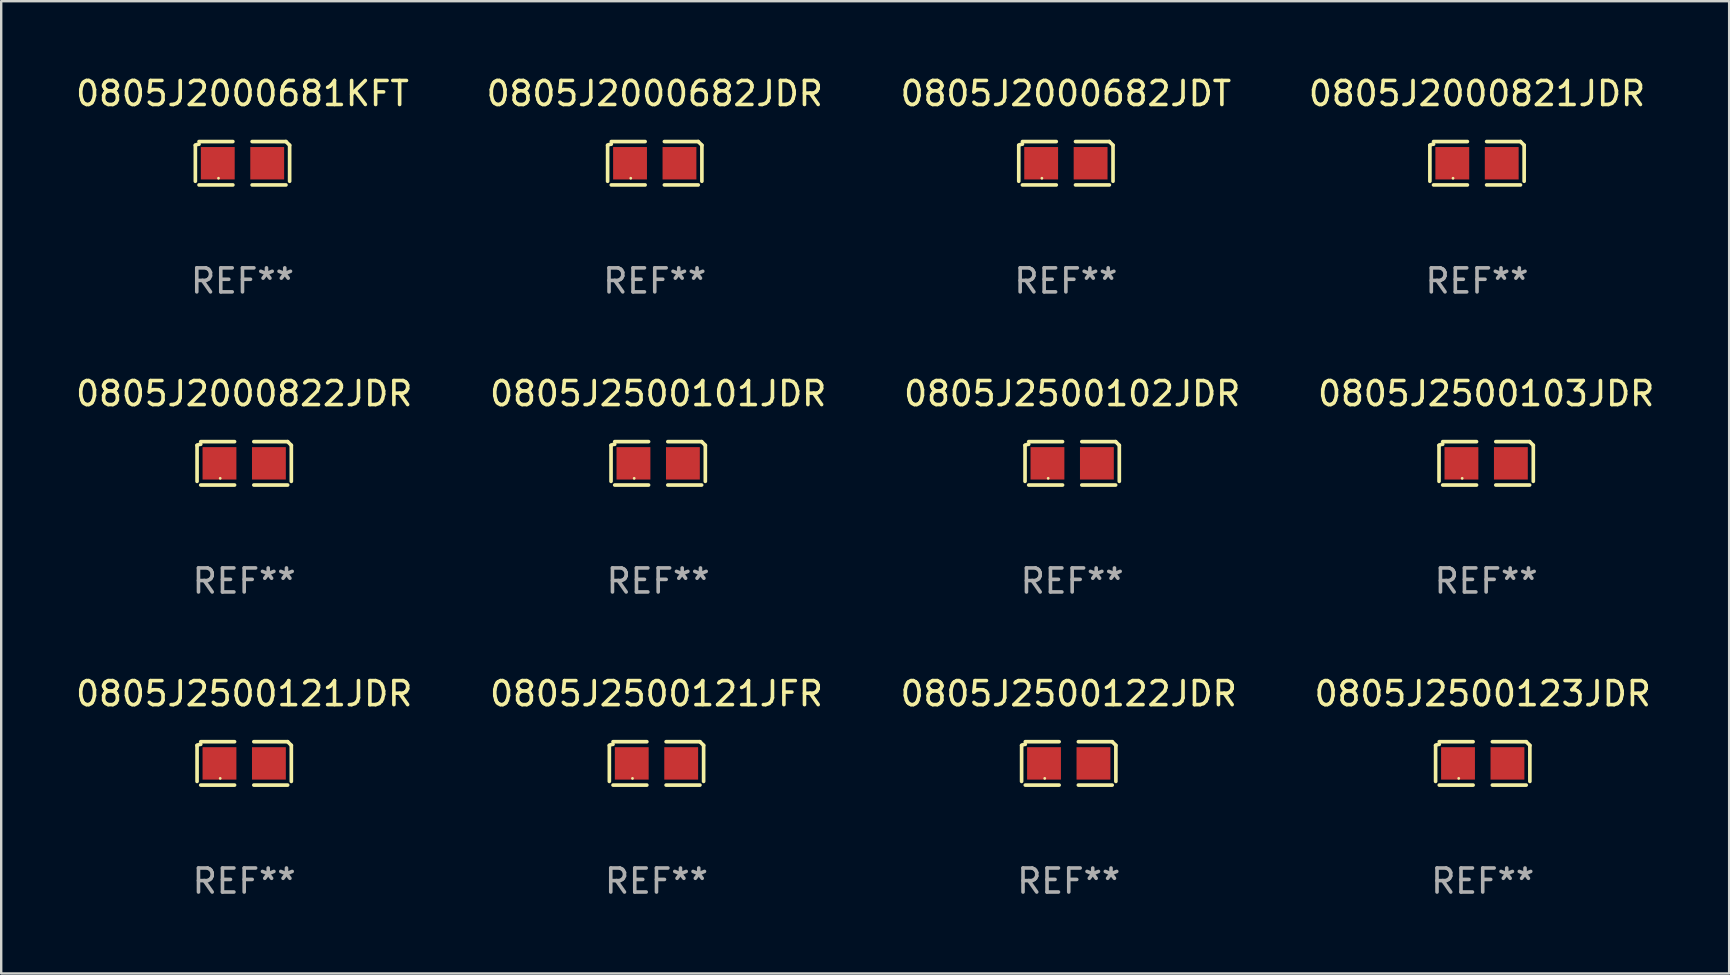
<source format=kicad_pcb>
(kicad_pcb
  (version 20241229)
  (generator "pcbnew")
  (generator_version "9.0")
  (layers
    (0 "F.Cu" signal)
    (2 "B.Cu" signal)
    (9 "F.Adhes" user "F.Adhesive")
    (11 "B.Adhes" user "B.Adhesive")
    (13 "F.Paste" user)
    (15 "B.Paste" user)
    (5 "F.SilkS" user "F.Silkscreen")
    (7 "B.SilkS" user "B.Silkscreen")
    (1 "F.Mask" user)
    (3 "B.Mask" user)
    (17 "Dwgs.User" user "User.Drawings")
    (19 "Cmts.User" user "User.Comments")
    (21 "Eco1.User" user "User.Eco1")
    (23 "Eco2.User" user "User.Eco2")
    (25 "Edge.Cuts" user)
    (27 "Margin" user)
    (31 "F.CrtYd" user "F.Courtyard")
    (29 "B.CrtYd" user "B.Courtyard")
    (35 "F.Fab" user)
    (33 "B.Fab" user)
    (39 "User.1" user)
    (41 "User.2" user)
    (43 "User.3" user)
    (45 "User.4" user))
  (footprint "0805J2500121JFR"
    (layer "F.Cu")
    (at 24.304 28.759)
    (property "Reference" "0805J2500121JFR" (at 0 -2.904 0) (layer "F.SilkS") (effects (font (size 1 1) (thickness 0.15))))
    (attr through_hole)
    (fp_line (start -1.964 0.751) (end -1.964 -0.751) (stroke (width 0.152) (type solid)) (layer "F.SilkS"))
    (fp_line (start -1.811 -0.904) (end -0.401 -0.904) (stroke (width 0.152) (type solid)) (layer "F.SilkS"))
    (fp_line (start -0.401 0.904) (end -1.811 0.904) (stroke (width 0.152) (type solid)) (layer "F.SilkS"))
    (fp_line (start 0.401 0.904) (end 1.811 0.904) (stroke (width 0.152) (type solid)) (layer "F.SilkS"))
    (fp_line (start 1.811 -0.904) (end 0.401 -0.904) (stroke (width 0.152) (type solid)) (layer "F.SilkS"))
    (fp_line (start 1.964 0.751) (end 1.964 -0.751) (stroke (width 0.152) (type solid)) (layer "F.SilkS"))
    (fp_arc (start -1.963602 -0.751207) (mid -1.890354 -0.783131) (end -1.811201 -0.794044) (stroke (width 0.1524) (type solid)) (layer "F.SilkS"))
    (fp_arc (start 1.811202 -0.903607) (mid 1.887413 -0.827418) (end 1.963602 -0.751207) (stroke (width 0.1524) (type solid)) (layer "F.SilkS"))
    (fp_circle (center -1 0.625) (end -0.97 0.625) (stroke (width 0.06) (type solid)) (fill no) (layer "F.SilkS"))
    (fp_text user "REF**" (at 0 4.904 0) (layer "F.Fab") (effects (font (size 1 1) (thickness 0.15))))
    (pad "1" smd rect (at -1.03 0) (size 1.41 1.35) (layers "F.Cu" "F.Mask" "F.Paste"))
    (pad "2" smd rect (at 1.03 0) (size 1.41 1.35) (layers "F.Cu" "F.Mask" "F.Paste")))
  (footprint "0805J2500102JDR"
    (layer "F.Cu")
    (at 41.625 16.256)
    (property "Reference" "0805J2500102JDR" (at 0 -2.904 0) (layer "F.SilkS") (effects (font (size 1 1) (thickness 0.15))))
    (attr through_hole)
    (fp_line (start -1.964 0.751) (end -1.964 -0.751) (stroke (width 0.152) (type solid)) (layer "F.SilkS"))
    (fp_line (start -1.811 -0.904) (end -0.401 -0.904) (stroke (width 0.152) (type solid)) (layer "F.SilkS"))
    (fp_line (start -0.401 0.904) (end -1.811 0.904) (stroke (width 0.152) (type solid)) (layer "F.SilkS"))
    (fp_line (start 0.401 0.904) (end 1.811 0.904) (stroke (width 0.152) (type solid)) (layer "F.SilkS"))
    (fp_line (start 1.811 -0.904) (end 0.401 -0.904) (stroke (width 0.152) (type solid)) (layer "F.SilkS"))
    (fp_line (start 1.964 0.751) (end 1.964 -0.751) (stroke (width 0.152) (type solid)) (layer "F.SilkS"))
    (fp_arc (start -1.963602 -0.751207) (mid -1.890354 -0.783131) (end -1.811201 -0.794044) (stroke (width 0.1524) (type solid)) (layer "F.SilkS"))
    (fp_arc (start 1.811202 -0.903607) (mid 1.887413 -0.827418) (end 1.963602 -0.751207) (stroke (width 0.1524) (type solid)) (layer "F.SilkS"))
    (fp_circle (center -1 0.625) (end -0.97 0.625) (stroke (width 0.06) (type solid)) (fill no) (layer "F.SilkS"))
    (fp_text user "REF**" (at 0 4.904 0) (layer "F.Fab") (effects (font (size 1 1) (thickness 0.15))))
    (pad "1" smd rect (at -1.03 0) (size 1.41 1.35) (layers "F.Cu" "F.Mask" "F.Paste"))
    (pad "2" smd rect (at 1.03 0) (size 1.41 1.35) (layers "F.Cu" "F.Mask" "F.Paste")))
  (footprint "0805J2000681KFT"
    (layer "F.Cu")
    (at 7.054 3.752)
    (property "Reference" "0805J2000681KFT" (at 0 -2.904 0) (layer "F.SilkS") (effects (font (size 1 1) (thickness 0.15))))
    (attr through_hole)
    (fp_line (start -1.964 0.751) (end -1.964 -0.751) (stroke (width 0.152) (type solid)) (layer "F.SilkS"))
    (fp_line (start -1.811 -0.904) (end -0.401 -0.904) (stroke (width 0.152) (type solid)) (layer "F.SilkS"))
    (fp_line (start -0.401 0.904) (end -1.811 0.904) (stroke (width 0.152) (type solid)) (layer "F.SilkS"))
    (fp_line (start 0.401 0.904) (end 1.811 0.904) (stroke (width 0.152) (type solid)) (layer "F.SilkS"))
    (fp_line (start 1.811 -0.904) (end 0.401 -0.904) (stroke (width 0.152) (type solid)) (layer "F.SilkS"))
    (fp_line (start 1.964 0.751) (end 1.964 -0.751) (stroke (width 0.152) (type solid)) (layer "F.SilkS"))
    (fp_arc (start -1.963602 -0.751207) (mid -1.890354 -0.783131) (end -1.811201 -0.794044) (stroke (width 0.1524) (type solid)) (layer "F.SilkS"))
    (fp_arc (start 1.811202 -0.903607) (mid 1.887413 -0.827418) (end 1.963602 -0.751207) (stroke (width 0.1524) (type solid)) (layer "F.SilkS"))
    (fp_circle (center -1 0.625) (end -0.97 0.625) (stroke (width 0.06) (type solid)) (fill no) (layer "F.SilkS"))
    (fp_text user "REF**" (at 0 4.904 0) (layer "F.Fab") (effects (font (size 1 1) (thickness 0.15))))
    (pad "1" smd rect (at -1.03 0) (size 1.41 1.35) (layers "F.Cu" "F.Mask" "F.Paste"))
    (pad "2" smd rect (at 1.03 0) (size 1.41 1.35) (layers "F.Cu" "F.Mask" "F.Paste")))
  (footprint "0805J2500101JDR"
    (layer "F.Cu")
    (at 24.375 16.256)
    (property "Reference" "0805J2500101JDR" (at 0 -2.904 0) (layer "F.SilkS") (effects (font (size 1 1) (thickness 0.15))))
    (attr through_hole)
    (fp_line (start -1.964 0.751) (end -1.964 -0.751) (stroke (width 0.152) (type solid)) (layer "F.SilkS"))
    (fp_line (start -1.811 -0.904) (end -0.401 -0.904) (stroke (width 0.152) (type solid)) (layer "F.SilkS"))
    (fp_line (start -0.401 0.904) (end -1.811 0.904) (stroke (width 0.152) (type solid)) (layer "F.SilkS"))
    (fp_line (start 0.401 0.904) (end 1.811 0.904) (stroke (width 0.152) (type solid)) (layer "F.SilkS"))
    (fp_line (start 1.811 -0.904) (end 0.401 -0.904) (stroke (width 0.152) (type solid)) (layer "F.SilkS"))
    (fp_line (start 1.964 0.751) (end 1.964 -0.751) (stroke (width 0.152) (type solid)) (layer "F.SilkS"))
    (fp_arc (start -1.963602 -0.751207) (mid -1.890354 -0.783131) (end -1.811201 -0.794044) (stroke (width 0.1524) (type solid)) (layer "F.SilkS"))
    (fp_arc (start 1.811202 -0.903607) (mid 1.887413 -0.827418) (end 1.963602 -0.751207) (stroke (width 0.1524) (type solid)) (layer "F.SilkS"))
    (fp_circle (center -1 0.625) (end -0.97 0.625) (stroke (width 0.06) (type solid)) (fill no) (layer "F.SilkS"))
    (fp_text user "REF**" (at 0 4.904 0) (layer "F.Fab") (effects (font (size 1 1) (thickness 0.15))))
    (pad "1" smd rect (at -1.03 0) (size 1.41 1.35) (layers "F.Cu" "F.Mask" "F.Paste"))
    (pad "2" smd rect (at 1.03 0) (size 1.41 1.35) (layers "F.Cu" "F.Mask" "F.Paste")))
  (footprint "0805J2500123JDR"
    (layer "F.Cu")
    (at 58.732 28.759)
    (property "Reference" "0805J2500123JDR" (at 0 -2.904 0) (layer "F.SilkS") (effects (font (size 1 1) (thickness 0.15))))
    (attr through_hole)
    (fp_line (start -1.964 0.751) (end -1.964 -0.751) (stroke (width 0.152) (type solid)) (layer "F.SilkS"))
    (fp_line (start -1.811 -0.904) (end -0.401 -0.904) (stroke (width 0.152) (type solid)) (layer "F.SilkS"))
    (fp_line (start -0.401 0.904) (end -1.811 0.904) (stroke (width 0.152) (type solid)) (layer "F.SilkS"))
    (fp_line (start 0.401 0.904) (end 1.811 0.904) (stroke (width 0.152) (type solid)) (layer "F.SilkS"))
    (fp_line (start 1.811 -0.904) (end 0.401 -0.904) (stroke (width 0.152) (type solid)) (layer "F.SilkS"))
    (fp_line (start 1.964 0.751) (end 1.964 -0.751) (stroke (width 0.152) (type solid)) (layer "F.SilkS"))
    (fp_arc (start -1.963602 -0.751207) (mid -1.890354 -0.783131) (end -1.811201 -0.794044) (stroke (width 0.1524) (type solid)) (layer "F.SilkS"))
    (fp_arc (start 1.811202 -0.903607) (mid 1.887413 -0.827418) (end 1.963602 -0.751207) (stroke (width 0.1524) (type solid)) (layer "F.SilkS"))
    (fp_circle (center -1 0.625) (end -0.97 0.625) (stroke (width 0.06) (type solid)) (fill no) (layer "F.SilkS"))
    (fp_text user "REF**" (at 0 4.904 0) (layer "F.Fab") (effects (font (size 1 1) (thickness 0.15))))
    (pad "1" smd rect (at -1.03 0) (size 1.41 1.35) (layers "F.Cu" "F.Mask" "F.Paste"))
    (pad "2" smd rect (at 1.03 0) (size 1.41 1.35) (layers "F.Cu" "F.Mask" "F.Paste")))
  (footprint "0805J2000821JDR"
    (layer "F.Cu")
    (at 58.494 3.752)
    (property "Reference" "0805J2000821JDR" (at 0 -2.904 0) (layer "F.SilkS") (effects (font (size 1 1) (thickness 0.15))))
    (attr through_hole)
    (fp_line (start -1.964 0.751) (end -1.964 -0.751) (stroke (width 0.152) (type solid)) (layer "F.SilkS"))
    (fp_line (start -1.811 -0.904) (end -0.401 -0.904) (stroke (width 0.152) (type solid)) (layer "F.SilkS"))
    (fp_line (start -0.401 0.904) (end -1.811 0.904) (stroke (width 0.152) (type solid)) (layer "F.SilkS"))
    (fp_line (start 0.401 0.904) (end 1.811 0.904) (stroke (width 0.152) (type solid)) (layer "F.SilkS"))
    (fp_line (start 1.811 -0.904) (end 0.401 -0.904) (stroke (width 0.152) (type solid)) (layer "F.SilkS"))
    (fp_line (start 1.964 0.751) (end 1.964 -0.751) (stroke (width 0.152) (type solid)) (layer "F.SilkS"))
    (fp_arc (start -1.963602 -0.751207) (mid -1.890354 -0.783131) (end -1.811201 -0.794044) (stroke (width 0.1524) (type solid)) (layer "F.SilkS"))
    (fp_arc (start 1.811202 -0.903607) (mid 1.887413 -0.827418) (end 1.963602 -0.751207) (stroke (width 0.1524) (type solid)) (layer "F.SilkS"))
    (fp_circle (center -1 0.625) (end -0.97 0.625) (stroke (width 0.06) (type solid)) (fill no) (layer "F.SilkS"))
    (fp_text user "REF**" (at 0 4.904 0) (layer "F.Fab") (effects (font (size 1 1) (thickness 0.15))))
    (pad "1" smd rect (at -1.03 0) (size 1.41 1.35) (layers "F.Cu" "F.Mask" "F.Paste"))
    (pad "2" smd rect (at 1.03 0) (size 1.41 1.35) (layers "F.Cu" "F.Mask" "F.Paste")))
  (footprint "0805J2500121JDR"
    (layer "F.Cu")
    (at 7.125 28.759)
    (property "Reference" "0805J2500121JDR" (at 0 -2.904 0) (layer "F.SilkS") (effects (font (size 1 1) (thickness 0.15))))
    (attr through_hole)
    (fp_line (start -1.964 0.751) (end -1.964 -0.751) (stroke (width 0.152) (type solid)) (layer "F.SilkS"))
    (fp_line (start -1.811 -0.904) (end -0.401 -0.904) (stroke (width 0.152) (type solid)) (layer "F.SilkS"))
    (fp_line (start -0.401 0.904) (end -1.811 0.904) (stroke (width 0.152) (type solid)) (layer "F.SilkS"))
    (fp_line (start 0.401 0.904) (end 1.811 0.904) (stroke (width 0.152) (type solid)) (layer "F.SilkS"))
    (fp_line (start 1.811 -0.904) (end 0.401 -0.904) (stroke (width 0.152) (type solid)) (layer "F.SilkS"))
    (fp_line (start 1.964 0.751) (end 1.964 -0.751) (stroke (width 0.152) (type solid)) (layer "F.SilkS"))
    (fp_arc (start -1.963602 -0.751207) (mid -1.890354 -0.783131) (end -1.811201 -0.794044) (stroke (width 0.1524) (type solid)) (layer "F.SilkS"))
    (fp_arc (start 1.811202 -0.903607) (mid 1.887413 -0.827418) (end 1.963602 -0.751207) (stroke (width 0.1524) (type solid)) (layer "F.SilkS"))
    (fp_circle (center -1 0.625) (end -0.97 0.625) (stroke (width 0.06) (type solid)) (fill no) (layer "F.SilkS"))
    (fp_text user "REF**" (at 0 4.904 0) (layer "F.Fab") (effects (font (size 1 1) (thickness 0.15))))
    (pad "1" smd rect (at -1.03 0) (size 1.41 1.35) (layers "F.Cu" "F.Mask" "F.Paste"))
    (pad "2" smd rect (at 1.03 0) (size 1.41 1.35) (layers "F.Cu" "F.Mask" "F.Paste")))
  (footprint "0805J2500122JDR"
    (layer "F.Cu")
    (at 41.482 28.759)
    (property "Reference" "0805J2500122JDR" (at 0 -2.904 0) (layer "F.SilkS") (effects (font (size 1 1) (thickness 0.15))))
    (attr through_hole)
    (fp_line (start -1.964 0.751) (end -1.964 -0.751) (stroke (width 0.152) (type solid)) (layer "F.SilkS"))
    (fp_line (start -1.811 -0.904) (end -0.401 -0.904) (stroke (width 0.152) (type solid)) (layer "F.SilkS"))
    (fp_line (start -0.401 0.904) (end -1.811 0.904) (stroke (width 0.152) (type solid)) (layer "F.SilkS"))
    (fp_line (start 0.401 0.904) (end 1.811 0.904) (stroke (width 0.152) (type solid)) (layer "F.SilkS"))
    (fp_line (start 1.811 -0.904) (end 0.401 -0.904) (stroke (width 0.152) (type solid)) (layer "F.SilkS"))
    (fp_line (start 1.964 0.751) (end 1.964 -0.751) (stroke (width 0.152) (type solid)) (layer "F.SilkS"))
    (fp_arc (start -1.963602 -0.751207) (mid -1.890354 -0.783131) (end -1.811201 -0.794044) (stroke (width 0.1524) (type solid)) (layer "F.SilkS"))
    (fp_arc (start 1.811202 -0.903607) (mid 1.887413 -0.827418) (end 1.963602 -0.751207) (stroke (width 0.1524) (type solid)) (layer "F.SilkS"))
    (fp_circle (center -1 0.625) (end -0.97 0.625) (stroke (width 0.06) (type solid)) (fill no) (layer "F.SilkS"))
    (fp_text user "REF**" (at 0 4.904 0) (layer "F.Fab") (effects (font (size 1 1) (thickness 0.15))))
    (pad "1" smd rect (at -1.03 0) (size 1.41 1.35) (layers "F.Cu" "F.Mask" "F.Paste"))
    (pad "2" smd rect (at 1.03 0) (size 1.41 1.35) (layers "F.Cu" "F.Mask" "F.Paste")))
  (footprint "0805J2000682JDR"
    (layer "F.Cu")
    (at 24.232 3.752)
    (property "Reference" "0805J2000682JDR" (at 0 -2.904 0) (layer "F.SilkS") (effects (font (size 1 1) (thickness 0.15))))
    (attr through_hole)
    (fp_line (start -1.964 0.751) (end -1.964 -0.751) (stroke (width 0.152) (type solid)) (layer "F.SilkS"))
    (fp_line (start -1.811 -0.904) (end -0.401 -0.904) (stroke (width 0.152) (type solid)) (layer "F.SilkS"))
    (fp_line (start -0.401 0.904) (end -1.811 0.904) (stroke (width 0.152) (type solid)) (layer "F.SilkS"))
    (fp_line (start 0.401 0.904) (end 1.811 0.904) (stroke (width 0.152) (type solid)) (layer "F.SilkS"))
    (fp_line (start 1.811 -0.904) (end 0.401 -0.904) (stroke (width 0.152) (type solid)) (layer "F.SilkS"))
    (fp_line (start 1.964 0.751) (end 1.964 -0.751) (stroke (width 0.152) (type solid)) (layer "F.SilkS"))
    (fp_arc (start -1.963602 -0.751207) (mid -1.890354 -0.783131) (end -1.811201 -0.794044) (stroke (width 0.1524) (type solid)) (layer "F.SilkS"))
    (fp_arc (start 1.811202 -0.903607) (mid 1.887413 -0.827418) (end 1.963602 -0.751207) (stroke (width 0.1524) (type solid)) (layer "F.SilkS"))
    (fp_circle (center -1 0.625) (end -0.97 0.625) (stroke (width 0.06) (type solid)) (fill no) (layer "F.SilkS"))
    (fp_text user "REF**" (at 0 4.904 0) (layer "F.Fab") (effects (font (size 1 1) (thickness 0.15))))
    (pad "1" smd rect (at -1.03 0) (size 1.41 1.35) (layers "F.Cu" "F.Mask" "F.Paste"))
    (pad "2" smd rect (at 1.03 0) (size 1.41 1.35) (layers "F.Cu" "F.Mask" "F.Paste")))
  (footprint "0805J2000682JDT"
    (layer "F.Cu")
    (at 41.363 3.752)
    (property "Reference" "0805J2000682JDT" (at 0 -2.904 0) (layer "F.SilkS") (effects (font (size 1 1) (thickness 0.15))))
    (attr through_hole)
    (fp_line (start -1.964 0.751) (end -1.964 -0.751) (stroke (width 0.152) (type solid)) (layer "F.SilkS"))
    (fp_line (start -1.811 -0.904) (end -0.401 -0.904) (stroke (width 0.152) (type solid)) (layer "F.SilkS"))
    (fp_line (start -0.401 0.904) (end -1.811 0.904) (stroke (width 0.152) (type solid)) (layer "F.SilkS"))
    (fp_line (start 0.401 0.904) (end 1.811 0.904) (stroke (width 0.152) (type solid)) (layer "F.SilkS"))
    (fp_line (start 1.811 -0.904) (end 0.401 -0.904) (stroke (width 0.152) (type solid)) (layer "F.SilkS"))
    (fp_line (start 1.964 0.751) (end 1.964 -0.751) (stroke (width 0.152) (type solid)) (layer "F.SilkS"))
    (fp_arc (start -1.963602 -0.751207) (mid -1.890354 -0.783131) (end -1.811201 -0.794044) (stroke (width 0.1524) (type solid)) (layer "F.SilkS"))
    (fp_arc (start 1.811202 -0.903607) (mid 1.887413 -0.827418) (end 1.963602 -0.751207) (stroke (width 0.1524) (type solid)) (layer "F.SilkS"))
    (fp_circle (center -1 0.625) (end -0.97 0.625) (stroke (width 0.06) (type solid)) (fill no) (layer "F.SilkS"))
    (fp_text user "REF**" (at 0 4.904 0) (layer "F.Fab") (effects (font (size 1 1) (thickness 0.15))))
    (pad "1" smd rect (at -1.03 0) (size 1.41 1.35) (layers "F.Cu" "F.Mask" "F.Paste"))
    (pad "2" smd rect (at 1.03 0) (size 1.41 1.35) (layers "F.Cu" "F.Mask" "F.Paste")))
  (footprint "0805J2000822JDR"
    (layer "F.Cu")
    (at 7.125 16.256)
    (property "Reference" "0805J2000822JDR" (at 0 -2.904 0) (layer "F.SilkS") (effects (font (size 1 1) (thickness 0.15))))
    (attr through_hole)
    (fp_line (start -1.964 0.751) (end -1.964 -0.751) (stroke (width 0.152) (type solid)) (layer "F.SilkS"))
    (fp_line (start -1.811 -0.904) (end -0.401 -0.904) (stroke (width 0.152) (type solid)) (layer "F.SilkS"))
    (fp_line (start -0.401 0.904) (end -1.811 0.904) (stroke (width 0.152) (type solid)) (layer "F.SilkS"))
    (fp_line (start 0.401 0.904) (end 1.811 0.904) (stroke (width 0.152) (type solid)) (layer "F.SilkS"))
    (fp_line (start 1.811 -0.904) (end 0.401 -0.904) (stroke (width 0.152) (type solid)) (layer "F.SilkS"))
    (fp_line (start 1.964 0.751) (end 1.964 -0.751) (stroke (width 0.152) (type solid)) (layer "F.SilkS"))
    (fp_arc (start -1.963602 -0.751207) (mid -1.890354 -0.783131) (end -1.811201 -0.794044) (stroke (width 0.1524) (type solid)) (layer "F.SilkS"))
    (fp_arc (start 1.811202 -0.903607) (mid 1.887413 -0.827418) (end 1.963602 -0.751207) (stroke (width 0.1524) (type solid)) (layer "F.SilkS"))
    (fp_circle (center -1 0.625) (end -0.97 0.625) (stroke (width 0.06) (type solid)) (fill no) (layer "F.SilkS"))
    (fp_text user "REF**" (at 0 4.904 0) (layer "F.Fab") (effects (font (size 1 1) (thickness 0.15))))
    (pad "1" smd rect (at -1.03 0) (size 1.41 1.35) (layers "F.Cu" "F.Mask" "F.Paste"))
    (pad "2" smd rect (at 1.03 0) (size 1.41 1.35) (layers "F.Cu" "F.Mask" "F.Paste")))
  (footprint "0805J2500103JDR"
    (layer "F.Cu")
    (at 58.875 16.256)
    (property "Reference" "0805J2500103JDR" (at 0 -2.904 0) (layer "F.SilkS") (effects (font (size 1 1) (thickness 0.15))))
    (attr through_hole)
    (fp_line (start -1.964 0.751) (end -1.964 -0.751) (stroke (width 0.152) (type solid)) (layer "F.SilkS"))
    (fp_line (start -1.811 -0.904) (end -0.401 -0.904) (stroke (width 0.152) (type solid)) (layer "F.SilkS"))
    (fp_line (start -0.401 0.904) (end -1.811 0.904) (stroke (width 0.152) (type solid)) (layer "F.SilkS"))
    (fp_line (start 0.401 0.904) (end 1.811 0.904) (stroke (width 0.152) (type solid)) (layer "F.SilkS"))
    (fp_line (start 1.811 -0.904) (end 0.401 -0.904) (stroke (width 0.152) (type solid)) (layer "F.SilkS"))
    (fp_line (start 1.964 0.751) (end 1.964 -0.751) (stroke (width 0.152) (type solid)) (layer "F.SilkS"))
    (fp_arc (start -1.963602 -0.751207) (mid -1.890354 -0.783131) (end -1.811201 -0.794044) (stroke (width 0.1524) (type solid)) (layer "F.SilkS"))
    (fp_arc (start 1.811202 -0.903607) (mid 1.887413 -0.827418) (end 1.963602 -0.751207) (stroke (width 0.1524) (type solid)) (layer "F.SilkS"))
    (fp_circle (center -1 0.625) (end -0.97 0.625) (stroke (width 0.06) (type solid)) (fill no) (layer "F.SilkS"))
    (fp_text user "REF**" (at 0 4.904 0) (layer "F.Fab") (effects (font (size 1 1) (thickness 0.15))))
    (pad "1" smd rect (at -1.03 0) (size 1.41 1.35) (layers "F.Cu" "F.Mask" "F.Paste"))
    (pad "2" smd rect (at 1.03 0) (size 1.41 1.35) (layers "F.Cu" "F.Mask" "F.Paste")))
  (gr_rect
    (start -3 -3)
    (end 69 37.511)
    (stroke (width 0.1) (type default))
    (fill no)
    (layer "Edge.Cuts")))
</source>
